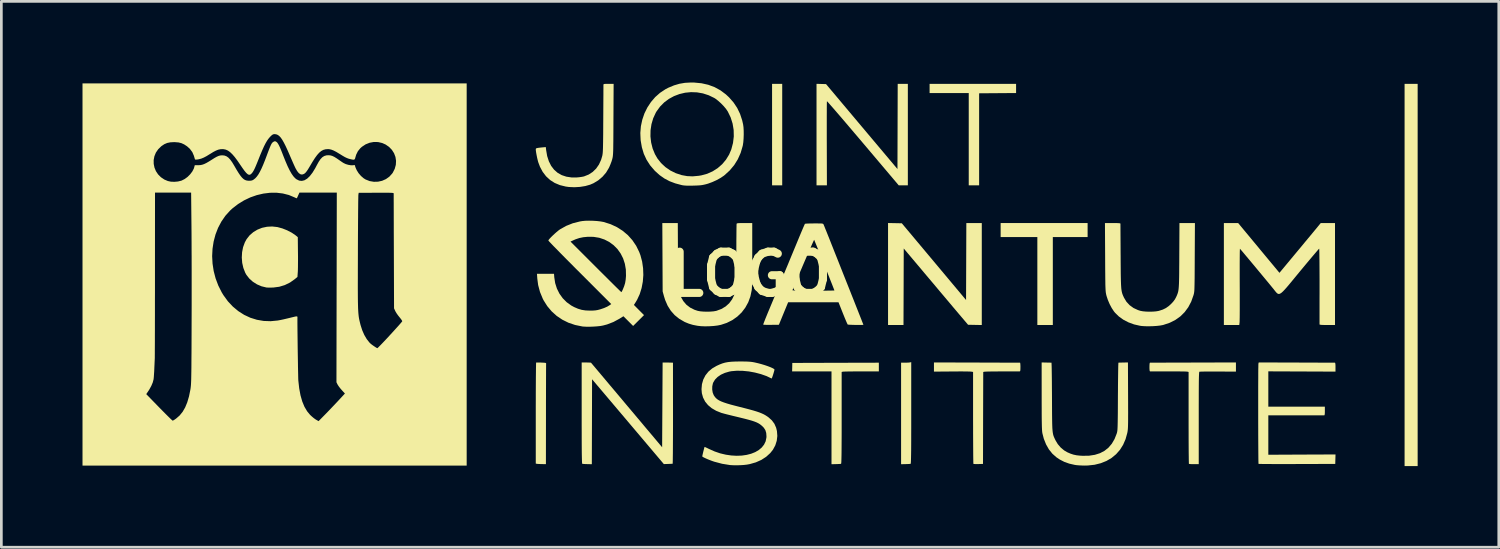
<source format=kicad_pcb>
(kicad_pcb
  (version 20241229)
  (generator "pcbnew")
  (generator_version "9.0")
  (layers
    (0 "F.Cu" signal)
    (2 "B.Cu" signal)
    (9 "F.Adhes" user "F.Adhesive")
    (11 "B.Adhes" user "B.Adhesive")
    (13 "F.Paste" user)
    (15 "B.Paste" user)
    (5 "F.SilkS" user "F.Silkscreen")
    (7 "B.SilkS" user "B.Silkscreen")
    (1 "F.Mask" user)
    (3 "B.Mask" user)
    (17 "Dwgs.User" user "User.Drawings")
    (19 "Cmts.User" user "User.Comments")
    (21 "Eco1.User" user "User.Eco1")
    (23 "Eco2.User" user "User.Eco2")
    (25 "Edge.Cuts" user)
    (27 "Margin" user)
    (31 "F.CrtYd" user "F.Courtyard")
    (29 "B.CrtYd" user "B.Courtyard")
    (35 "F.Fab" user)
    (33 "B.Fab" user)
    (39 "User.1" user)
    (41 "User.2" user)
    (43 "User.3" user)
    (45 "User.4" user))
  (footprint "LOGO"
    (layer "F.Cu")
    (at 24.686 7.088)
    (property "Reference" "LOGO" (at 0 0 0) (layer "F.SilkS") (effects (font (size 1.524 1.524) (thickness 0.3))))
    (attr board_only exclude_from_pos_files exclude_from_bom)
    (fp_poly (pts (xy 1.179 -3.287) (xy 0.804 -3.287) (xy 0.804 -7.038) (xy 1.179 -7.038)) (stroke (width 0) (type solid)) (fill yes) (layer "F.SilkS"))
    (fp_poly (pts (xy 24.668 7.091) (xy 24.185 7.091) (xy 24.185 -7.038) (xy 24.668 -7.038)) (stroke (width 0) (type solid)) (fill yes) (layer "F.SilkS"))
    (fp_poly (pts (xy 9.824 -6.699) (xy 8.458 -6.689) (xy 8.458 -3.287) (xy 8.074 -3.287) (xy 8.074 -6.698) (xy 6.627 -6.698) (xy 6.627 -7.038) (xy 9.824 -7.038)) (stroke (width 0) (type solid)) (fill yes) (layer "F.SilkS"))
    (fp_poly (pts (xy 12.468 -1.375) (xy 11.182 -1.375) (xy 11.182 1.876) (xy 10.61 1.876) (xy 10.61 -1.375) (xy 9.253 -1.375) (xy 9.253 -1.893) (xy 12.468 -1.893)) (stroke (width 0) (type solid)) (fill yes) (layer "F.SilkS"))
    (fp_poly (pts (xy 5.948 5.122) (xy 5.948 5.434) (xy 5.948 5.711) (xy 5.947 5.956) (xy 5.947 6.171) (xy 5.946 6.356) (xy 5.945 6.514) (xy 5.943 6.647) (xy 5.941 6.756) (xy 5.939 6.843) (xy 5.937 6.91) (xy 5.934 6.957) (xy 5.931 6.988) (xy 5.928 7.004) (xy 5.926 7.007) (xy 5.899 7.011) (xy 5.846 7.014) (xy 5.775 7.017) (xy 5.738 7.018) (xy 5.573 7.022) (xy 5.573 3.269) (xy 5.72 3.269) (xy 5.795 3.267) (xy 5.859 3.264) (xy 5.902 3.259) (xy 5.908 3.258) (xy 5.948 3.247)) (stroke (width 0) (type solid)) (fill yes) (layer "F.SilkS"))
    (fp_poly (pts (xy 5.345 -1.889) (xy 5.6 -1.884) (xy 6.788 -0.466) (xy 7.975 0.952) (xy 7.98 -0.471) (xy 7.985 -1.893) (xy 8.556 -1.893) (xy 8.556 1.877) (xy 8.302 1.872) (xy 8.049 1.867) (xy 7.798 1.571) (xy 7.702 1.458) (xy 7.594 1.33) (xy 7.483 1.199) (xy 7.379 1.075) (xy 7.306 0.988) (xy 7.249 0.921) (xy 7.172 0.829) (xy 7.078 0.718) (xy 6.97 0.59) (xy 6.852 0.449) (xy 6.725 0.298) (xy 6.593 0.142) (xy 6.459 -0.017) (xy 6.368 -0.126) (xy 5.671 -0.953) (xy 5.667 0.461) (xy 5.662 1.876) (xy 5.091 1.876) (xy 5.091 -1.894)) (stroke (width 0) (type solid)) (fill yes) (layer "F.SilkS"))
    (fp_poly (pts (xy 4.751 3.59) (xy 4.104 3.591) (xy 3.954 3.591) (xy 3.814 3.592) (xy 3.688 3.593) (xy 3.581 3.595) (xy 3.497 3.597) (xy 3.441 3.599) (xy 3.416 3.602) (xy 3.376 3.612) (xy 3.376 5.305) (xy 3.376 5.6) (xy 3.376 5.862) (xy 3.375 6.091) (xy 3.374 6.289) (xy 3.373 6.459) (xy 3.372 6.603) (xy 3.37 6.721) (xy 3.368 6.816) (xy 3.366 6.89) (xy 3.364 6.944) (xy 3.36 6.98) (xy 3.357 7.001) (xy 3.354 7.007) (xy 3.327 7.011) (xy 3.273 7.014) (xy 3.203 7.017) (xy 3.166 7.018) (xy 3.001 7.022) (xy 3.001 3.59) (xy 1.545 3.59) (xy 1.549 3.434) (xy 1.552 3.278) (xy 3.152 3.273) (xy 4.751 3.269)) (stroke (width 0) (type solid)) (fill yes) (layer "F.SilkS"))
    (fp_poly (pts (xy 2.623 -7.034) (xy 2.799 -7.029) (xy 4.119 -5.459) (xy 5.439 -3.89) (xy 5.448 -7.038) (xy 5.823 -7.038) (xy 5.823 -3.287) (xy 5.486 -3.287) (xy 4.164 -4.85) (xy 3.992 -5.053) (xy 3.825 -5.249) (xy 3.667 -5.435) (xy 3.518 -5.61) (xy 3.38 -5.772) (xy 3.254 -5.918) (xy 3.141 -6.049) (xy 3.044 -6.161) (xy 2.963 -6.253) (xy 2.901 -6.324) (xy 2.857 -6.372) (xy 2.835 -6.395) (xy 2.832 -6.396) (xy 2.831 -6.376) (xy 2.829 -6.323) (xy 2.828 -6.24) (xy 2.827 -6.128) (xy 2.827 -5.992) (xy 2.826 -5.832) (xy 2.826 -5.653) (xy 2.826 -5.456) (xy 2.826 -5.244) (xy 2.826 -5.02) (xy 2.827 -4.833) (xy 2.831 -3.287) (xy 2.447 -3.287) (xy 2.447 -7.039)) (stroke (width 0) (type solid)) (fill yes) (layer "F.SilkS"))
    (fp_poly (pts (xy -7.776 3.263) (xy -7.724 3.265) (xy -7.643 3.269) (xy -7.591 3.273) (xy -7.562 3.279) (xy -7.55 3.29) (xy -7.548 3.305) (xy -7.548 3.311) (xy -7.549 3.333) (xy -7.55 3.39) (xy -7.55 3.477) (xy -7.551 3.592) (xy -7.551 3.734) (xy -7.552 3.899) (xy -7.552 4.085) (xy -7.553 4.29) (xy -7.553 4.511) (xy -7.554 4.747) (xy -7.554 4.993) (xy -7.554 5.184) (xy -7.556 7.02) (xy -7.703 7.017) (xy -7.777 7.015) (xy -7.842 7.012) (xy -7.885 7.008) (xy -7.891 7.007) (xy -7.931 6.999) (xy -7.931 5.135) (xy -7.931 4.88) (xy -7.93 4.635) (xy -7.93 4.403) (xy -7.929 4.186) (xy -7.928 3.986) (xy -7.927 3.805) (xy -7.925 3.647) (xy -7.924 3.512) (xy -7.922 3.404) (xy -7.921 3.326) (xy -7.919 3.278) (xy -7.917 3.264) (xy -7.895 3.262) (xy -7.845 3.262)) (stroke (width 0) (type solid)) (fill yes) (layer "F.SilkS"))
    (fp_poly (pts (xy -17.485 -1.745) (xy -17.471 -1.742) (xy -17.297 -1.694) (xy -17.123 -1.625) (xy -16.96 -1.541) (xy -16.82 -1.447) (xy -16.789 -1.422) (xy -16.728 -1.371) (xy -16.722 -0.818) (xy -16.72 -0.671) (xy -16.72 -0.525) (xy -16.721 -0.389) (xy -16.722 -0.267) (xy -16.724 -0.167) (xy -16.727 -0.095) (xy -16.728 -0.084) (xy -16.741 0.098) (xy -16.837 0.179) (xy -17.015 0.305) (xy -17.209 0.4) (xy -17.413 0.462) (xy -17.627 0.49) (xy -17.648 0.491) (xy -17.732 0.493) (xy -17.809 0.493) (xy -17.866 0.491) (xy -17.889 0.489) (xy -18.069 0.445) (xy -18.237 0.373) (xy -18.39 0.276) (xy -18.522 0.157) (xy -18.628 0.021) (xy -18.671 -0.056) (xy -18.74 -0.233) (xy -18.783 -0.422) (xy -18.798 -0.618) (xy -18.787 -0.814) (xy -18.75 -1.002) (xy -18.686 -1.177) (xy -18.622 -1.295) (xy -18.511 -1.437) (xy -18.375 -1.555) (xy -18.22 -1.649) (xy -18.049 -1.717) (xy -17.866 -1.756) (xy -17.677 -1.766)) (stroke (width 0) (type solid)) (fill yes) (layer "F.SilkS"))
    (fp_poly (pts (xy 8.373 3.264) (xy 8.608 3.265) (xy 8.833 3.266) (xy 9.044 3.266) (xy 9.241 3.267) (xy 9.42 3.267) (xy 9.578 3.268) (xy 9.713 3.268) (xy 9.823 3.268) (xy 9.904 3.269) (xy 9.954 3.269) (xy 9.972 3.269) (xy 9.977 3.285) (xy 9.982 3.33) (xy 9.985 3.394) (xy 9.985 3.43) (xy 9.984 3.508) (xy 9.98 3.557) (xy 9.972 3.582) (xy 9.96 3.59) (xy 9.958 3.591) (xy 9.934 3.591) (xy 9.879 3.591) (xy 9.797 3.591) (xy 9.692 3.591) (xy 9.569 3.591) (xy 9.432 3.591) (xy 9.32 3.592) (xy 9.173 3.592) (xy 9.036 3.593) (xy 8.914 3.594) (xy 8.81 3.596) (xy 8.73 3.598) (xy 8.677 3.601) (xy 8.659 3.602) (xy 8.61 3.612) (xy 8.605 5.312) (xy 8.601 7.011) (xy 8.43 7.016) (xy 8.355 7.017) (xy 8.294 7.015) (xy 8.256 7.012) (xy 8.247 7.009) (xy 8.245 6.989) (xy 8.243 6.937) (xy 8.242 6.853) (xy 8.24 6.742) (xy 8.239 6.605) (xy 8.238 6.444) (xy 8.237 6.262) (xy 8.236 6.062) (xy 8.235 5.847) (xy 8.235 5.618) (xy 8.234 5.377) (xy 8.234 5.303) (xy 8.234 3.61) (xy 8.159 3.599) (xy 8.123 3.597) (xy 8.057 3.595) (xy 7.964 3.593) (xy 7.849 3.592) (xy 7.717 3.592) (xy 7.573 3.593) (xy 7.435 3.594) (xy 6.788 3.599) (xy 6.788 3.26)) (stroke (width 0) (type solid)) (fill yes) (layer "F.SilkS"))
    (fp_poly (pts (xy -6.064 3.261) (xy -5.99 3.263) (xy -5.931 3.265) (xy -5.895 3.268) (xy -5.888 3.27) (xy -5.876 3.285) (xy -5.842 3.325) (xy -5.789 3.388) (xy -5.719 3.471) (xy -5.633 3.573) (xy -5.533 3.692) (xy -5.421 3.825) (xy -5.3 3.969) (xy -5.17 4.124) (xy -5.033 4.286) (xy -4.892 4.454) (xy -4.748 4.625) (xy -4.604 4.797) (xy -4.46 4.968) (xy -4.319 5.135) (xy -4.183 5.297) (xy -4.053 5.451) (xy -3.932 5.596) (xy -3.821 5.728) (xy -3.722 5.846) (xy -3.706 5.864) (xy -3.26 6.395) (xy -3.251 4.829) (xy -3.242 3.262) (xy -3.099 3.263) (xy -3.024 3.264) (xy -2.958 3.266) (xy -2.912 3.267) (xy -2.907 3.267) (xy -2.859 3.269) (xy -2.858 5.135) (xy -2.858 5.39) (xy -2.858 5.635) (xy -2.859 5.867) (xy -2.86 6.085) (xy -2.861 6.285) (xy -2.862 6.465) (xy -2.863 6.623) (xy -2.865 6.757) (xy -2.866 6.865) (xy -2.868 6.943) (xy -2.87 6.991) (xy -2.871 7.004) (xy -2.894 7.006) (xy -2.944 7.008) (xy -3.011 7.011) (xy -3.041 7.012) (xy -3.197 7.017) (xy -4.523 5.449) (xy -5.85 3.881) (xy -5.854 5.451) (xy -5.859 7.022) (xy -6.024 7.018) (xy -6.099 7.016) (xy -6.162 7.012) (xy -6.203 7.009) (xy -6.212 7.007) (xy -6.215 6.999) (xy -6.219 6.977) (xy -6.222 6.938) (xy -6.224 6.882) (xy -6.226 6.806) (xy -6.228 6.709) (xy -6.23 6.59) (xy -6.231 6.445) (xy -6.232 6.274) (xy -6.233 6.076) (xy -6.233 5.847) (xy -6.234 5.588) (xy -6.234 5.295) (xy -6.234 5.129) (xy -6.234 3.26)) (stroke (width 0) (type solid)) (fill yes) (layer "F.SilkS"))
    (fp_poly (pts (xy 17.951 3.599) (xy 17.288 3.596) (xy 17.137 3.596) (xy 16.996 3.596) (xy 16.871 3.596) (xy 16.765 3.597) (xy 16.681 3.599) (xy 16.625 3.601) (xy 16.601 3.603) (xy 16.6 3.603) (xy 16.596 3.609) (xy 16.593 3.626) (xy 16.589 3.656) (xy 16.587 3.7) (xy 16.584 3.761) (xy 16.582 3.84) (xy 16.58 3.94) (xy 16.579 4.063) (xy 16.578 4.209) (xy 16.577 4.382) (xy 16.577 4.584) (xy 16.576 4.815) (xy 16.576 5.079) (xy 16.576 5.316) (xy 16.576 7.02) (xy 16.4 7.02) (xy 16.324 7.019) (xy 16.262 7.016) (xy 16.223 7.011) (xy 16.213 7.008) (xy 16.211 6.989) (xy 16.21 6.936) (xy 16.208 6.853) (xy 16.207 6.742) (xy 16.205 6.604) (xy 16.204 6.444) (xy 16.203 6.262) (xy 16.202 6.062) (xy 16.202 5.847) (xy 16.201 5.618) (xy 16.201 5.378) (xy 16.201 5.304) (xy 16.201 3.612) (xy 16.154 3.6) (xy 16.126 3.598) (xy 16.066 3.595) (xy 15.979 3.593) (xy 15.87 3.592) (xy 15.742 3.591) (xy 15.6 3.59) (xy 15.453 3.59) (xy 15.303 3.591) (xy 15.164 3.591) (xy 15.04 3.591) (xy 14.935 3.592) (xy 14.853 3.592) (xy 14.799 3.591) (xy 14.776 3.591) (xy 14.776 3.591) (xy 14.765 3.579) (xy 14.758 3.541) (xy 14.754 3.473) (xy 14.754 3.43) (xy 14.756 3.346) (xy 14.761 3.295) (xy 14.77 3.271) (xy 14.776 3.268) (xy 14.797 3.268) (xy 14.851 3.268) (xy 14.936 3.268) (xy 15.048 3.268) (xy 15.186 3.267) (xy 15.346 3.267) (xy 15.527 3.266) (xy 15.725 3.266) (xy 15.939 3.265) (xy 16.164 3.265) (xy 16.375 3.264) (xy 17.951 3.26)) (stroke (width 0) (type solid)) (fill yes) (layer "F.SilkS"))
    (fp_poly (pts (xy 20.19 3.264) (xy 20.41 3.265) (xy 20.62 3.266) (xy 20.818 3.266) (xy 21 3.267) (xy 21.163 3.267) (xy 21.305 3.268) (xy 21.424 3.268) (xy 21.515 3.269) (xy 21.577 3.269) (xy 21.607 3.269) (xy 21.609 3.269) (xy 21.62 3.28) (xy 21.627 3.317) (xy 21.631 3.382) (xy 21.631 3.434) (xy 21.631 3.599) (xy 20.39 3.594) (xy 19.148 3.589) (xy 19.148 4.894) (xy 21.238 4.894) (xy 21.238 5.055) (xy 21.237 5.138) (xy 21.231 5.189) (xy 21.222 5.213) (xy 21.216 5.216) (xy 21.194 5.216) (xy 21.14 5.216) (xy 21.057 5.216) (xy 20.948 5.216) (xy 20.816 5.216) (xy 20.665 5.216) (xy 20.497 5.216) (xy 20.317 5.216) (xy 20.171 5.216) (xy 19.148 5.215) (xy 19.148 5.943) (xy 19.148 6.672) (xy 20.39 6.666) (xy 21.632 6.661) (xy 21.627 6.836) (xy 21.622 7.011) (xy 20.21 7.015) (xy 19.988 7.016) (xy 19.777 7.016) (xy 19.579 7.016) (xy 19.397 7.016) (xy 19.233 7.015) (xy 19.091 7.015) (xy 18.972 7.014) (xy 18.881 7.012) (xy 18.818 7.011) (xy 18.788 7.009) (xy 18.786 7.009) (xy 18.784 6.99) (xy 18.783 6.938) (xy 18.781 6.856) (xy 18.78 6.747) (xy 18.779 6.614) (xy 18.778 6.459) (xy 18.777 6.286) (xy 18.776 6.098) (xy 18.775 5.896) (xy 18.775 5.685) (xy 18.774 5.467) (xy 18.774 5.245) (xy 18.774 5.022) (xy 18.774 4.8) (xy 18.774 4.584) (xy 18.774 4.374) (xy 18.774 4.175) (xy 18.775 3.989) (xy 18.776 3.819) (xy 18.776 3.668) (xy 18.777 3.539) (xy 18.779 3.435) (xy 18.78 3.359) (xy 18.781 3.312) (xy 18.783 3.3) (xy 18.793 3.26)) (stroke (width 0) (type solid)) (fill yes) (layer "F.SilkS"))
    (fp_poly (pts (xy -5.06 -5.72) (xy -5.061 -5.472) (xy -5.062 -5.256) (xy -5.063 -5.071) (xy -5.064 -4.913) (xy -5.066 -4.781) (xy -5.067 -4.671) (xy -5.069 -4.58) (xy -5.072 -4.506) (xy -5.075 -4.447) (xy -5.079 -4.399) (xy -5.083 -4.36) (xy -5.088 -4.327) (xy -5.094 -4.297) (xy -5.101 -4.269) (xy -5.105 -4.251) (xy -5.132 -4.165) (xy -5.17 -4.065) (xy -5.211 -3.967) (xy -5.229 -3.93) (xy -5.333 -3.757) (xy -5.466 -3.603) (xy -5.622 -3.471) (xy -5.797 -3.365) (xy -5.923 -3.311) (xy -6.1 -3.261) (xy -6.298 -3.229) (xy -6.504 -3.217) (xy -6.707 -3.226) (xy -6.823 -3.242) (xy -7.039 -3.295) (xy -7.232 -3.376) (xy -7.403 -3.485) (xy -7.551 -3.622) (xy -7.676 -3.786) (xy -7.777 -3.976) (xy -7.84 -4.144) (xy -7.859 -4.215) (xy -7.88 -4.303) (xy -7.899 -4.397) (xy -7.916 -4.489) (xy -7.927 -4.566) (xy -7.931 -4.618) (xy -7.928 -4.637) (xy -7.918 -4.651) (xy -7.894 -4.662) (xy -7.85 -4.671) (xy -7.782 -4.68) (xy -7.684 -4.69) (xy -7.679 -4.69) (xy -7.561 -4.701) (xy -7.548 -4.591) (xy -7.51 -4.37) (xy -7.447 -4.175) (xy -7.362 -4.006) (xy -7.253 -3.864) (xy -7.123 -3.75) (xy -6.971 -3.664) (xy -6.799 -3.607) (xy -6.606 -3.578) (xy -6.422 -3.578) (xy -6.332 -3.586) (xy -6.243 -3.598) (xy -6.169 -3.612) (xy -6.145 -3.618) (xy -5.975 -3.686) (xy -5.826 -3.783) (xy -5.699 -3.907) (xy -5.595 -4.057) (xy -5.516 -4.231) (xy -5.473 -4.376) (xy -5.467 -4.406) (xy -5.462 -4.439) (xy -5.457 -4.48) (xy -5.453 -4.529) (xy -5.45 -4.591) (xy -5.447 -4.668) (xy -5.445 -4.763) (xy -5.443 -4.878) (xy -5.441 -5.016) (xy -5.439 -5.18) (xy -5.438 -5.373) (xy -5.437 -5.598) (xy -5.436 -5.734) (xy -5.435 -5.941) (xy -5.434 -6.138) (xy -5.433 -6.322) (xy -5.432 -6.49) (xy -5.431 -6.639) (xy -5.431 -6.767) (xy -5.43 -6.869) (xy -5.43 -6.944) (xy -5.43 -6.988) (xy -5.43 -6.998) (xy -5.428 -7.015) (xy -5.42 -7.027) (xy -5.397 -7.034) (xy -5.355 -7.037) (xy -5.286 -7.038) (xy -5.242 -7.038) (xy -5.053 -7.038)) (stroke (width 0) (type solid)) (fill yes) (layer "F.SilkS"))
    (fp_poly (pts (xy -2.675 -0.683) (xy -2.674 -0.443) (xy -2.672 -0.236) (xy -2.671 -0.06) (xy -2.669 0.089) (xy -2.667 0.214) (xy -2.665 0.316) (xy -2.663 0.399) (xy -2.66 0.466) (xy -2.656 0.519) (xy -2.652 0.561) (xy -2.647 0.594) (xy -2.641 0.622) (xy -2.636 0.643) (xy -2.569 0.831) (xy -2.478 0.991) (xy -2.364 1.125) (xy -2.225 1.232) (xy -2.063 1.313) (xy -1.943 1.353) (xy -1.851 1.37) (xy -1.735 1.38) (xy -1.607 1.384) (xy -1.478 1.381) (xy -1.359 1.371) (xy -1.263 1.354) (xy -1.252 1.351) (xy -1.071 1.284) (xy -0.914 1.191) (xy -0.782 1.073) (xy -0.675 0.929) (xy -0.593 0.761) (xy -0.554 0.634) (xy -0.547 0.605) (xy -0.541 0.575) (xy -0.536 0.541) (xy -0.531 0.5) (xy -0.528 0.449) (xy -0.525 0.385) (xy -0.523 0.306) (xy -0.521 0.209) (xy -0.52 0.09) (xy -0.519 -0.053) (xy -0.518 -0.223) (xy -0.518 -0.422) (xy -0.518 -0.654) (xy -0.517 -0.672) (xy -0.517 -0.874) (xy -0.516 -1.065) (xy -0.516 -1.243) (xy -0.514 -1.405) (xy -0.513 -1.548) (xy -0.512 -1.668) (xy -0.51 -1.763) (xy -0.509 -1.829) (xy -0.507 -1.863) (xy -0.506 -1.868) (xy -0.496 -1.878) (xy -0.472 -1.885) (xy -0.428 -1.89) (xy -0.36 -1.892) (xy -0.263 -1.893) (xy -0.212 -1.893) (xy 0.071 -1.893) (xy 0.071 -0.725) (xy 0.071 -0.467) (xy 0.07 -0.233) (xy 0.069 -0.024) (xy 0.067 0.157) (xy 0.064 0.309) (xy 0.061 0.431) (xy 0.057 0.521) (xy 0.053 0.577) (xy 0.052 0.584) (xy 0.003 0.818) (xy -0.076 1.035) (xy -0.185 1.233) (xy -0.32 1.411) (xy -0.481 1.565) (xy -0.665 1.695) (xy -0.871 1.798) (xy -1.085 1.869) (xy -1.208 1.894) (xy -1.356 1.912) (xy -1.515 1.922) (xy -1.676 1.925) (xy -1.827 1.919) (xy -1.956 1.904) (xy -2.124 1.871) (xy -2.271 1.827) (xy -2.411 1.77) (xy -2.436 1.758) (xy -2.63 1.645) (xy -2.798 1.509) (xy -2.939 1.349) (xy -3.056 1.164) (xy -3.148 0.953) (xy -3.192 0.812) (xy -3.241 0.634) (xy -3.247 -0.63) (xy -3.253 -1.893) (xy -2.681 -1.893)) (stroke (width 0) (type solid)) (fill yes) (layer "F.SilkS"))
    (fp_poly (pts (xy 18.266 -1.612) (xy 18.328 -1.537) (xy 18.409 -1.44) (xy 18.505 -1.324) (xy 18.613 -1.194) (xy 18.729 -1.055) (xy 18.848 -0.91) (xy 18.968 -0.766) (xy 19.029 -0.692) (xy 19.56 -0.053) (xy 20.136 -0.746) (xy 20.256 -0.89) (xy 20.376 -1.034) (xy 20.491 -1.174) (xy 20.6 -1.305) (xy 20.699 -1.424) (xy 20.784 -1.526) (xy 20.852 -1.609) (xy 20.899 -1.665) (xy 21.086 -1.893) (xy 21.35 -1.893) (xy 21.613 -1.893) (xy 21.613 1.876) (xy 21.327 1.876) (xy 21.214 1.875) (xy 21.133 1.873) (xy 21.079 1.868) (xy 21.05 1.862) (xy 21.041 1.853) (xy 21.041 1.832) (xy 21.041 1.778) (xy 21.041 1.694) (xy 21.041 1.583) (xy 21.041 1.446) (xy 21.041 1.288) (xy 21.041 1.111) (xy 21.041 0.918) (xy 21.042 0.711) (xy 21.042 0.493) (xy 21.042 0.442) (xy 21.042 0.223) (xy 21.041 0.014) (xy 21.04 -0.181) (xy 21.039 -0.36) (xy 21.038 -0.521) (xy 21.036 -0.659) (xy 21.035 -0.774) (xy 21.033 -0.862) (xy 21.031 -0.92) (xy 21.028 -0.946) (xy 21.028 -0.947) (xy 21.014 -0.933) (xy 20.98 -0.895) (xy 20.927 -0.833) (xy 20.857 -0.751) (xy 20.772 -0.651) (xy 20.675 -0.536) (xy 20.567 -0.407) (xy 20.45 -0.266) (xy 20.327 -0.118) (xy 20.318 -0.107) (xy 20.167 0.076) (xy 20.038 0.233) (xy 19.928 0.366) (xy 19.835 0.476) (xy 19.757 0.564) (xy 19.692 0.632) (xy 19.638 0.681) (xy 19.592 0.712) (xy 19.554 0.727) (xy 19.519 0.727) (xy 19.487 0.713) (xy 19.456 0.687) (xy 19.422 0.649) (xy 19.384 0.602) (xy 19.341 0.546) (xy 19.314 0.514) (xy 19.174 0.343) (xy 19.034 0.174) (xy 18.897 0.009) (xy 18.765 -0.15) (xy 18.64 -0.301) (xy 18.523 -0.441) (xy 18.416 -0.569) (xy 18.322 -0.681) (xy 18.242 -0.777) (xy 18.178 -0.853) (xy 18.131 -0.907) (xy 18.104 -0.937) (xy 18.099 -0.942) (xy 18.097 -0.926) (xy 18.095 -0.876) (xy 18.093 -0.796) (xy 18.092 -0.689) (xy 18.091 -0.557) (xy 18.09 -0.403) (xy 18.09 -0.231) (xy 18.09 -0.042) (xy 18.09 0.161) (xy 18.091 0.371) (xy 18.092 0.587) (xy 18.092 0.795) (xy 18.092 0.991) (xy 18.092 1.173) (xy 18.092 1.336) (xy 18.091 1.479) (xy 18.09 1.599) (xy 18.088 1.691) (xy 18.087 1.754) (xy 18.085 1.782) (xy 18.074 1.876) (xy 17.505 1.876) (xy 17.505 -1.893) (xy 18.033 -1.893)) (stroke (width 0) (type solid)) (fill yes) (layer "F.SilkS"))
    (fp_poly (pts (xy -2.072 -7.086) (xy -1.804 -7.06) (xy -1.554 -7.004) (xy -1.321 -6.917) (xy -1.105 -6.799) (xy -0.904 -6.649) (xy -0.786 -6.539) (xy -0.621 -6.351) (xy -0.486 -6.149) (xy -0.38 -5.929) (xy -0.301 -5.689) (xy -0.266 -5.536) (xy -0.252 -5.432) (xy -0.245 -5.304) (xy -0.244 -5.163) (xy -0.249 -5.02) (xy -0.259 -4.885) (xy -0.276 -4.771) (xy -0.282 -4.741) (xy -0.357 -4.487) (xy -0.462 -4.251) (xy -0.597 -4.034) (xy -0.761 -3.838) (xy -0.952 -3.664) (xy -0.982 -3.64) (xy -1.105 -3.558) (xy -1.25 -3.478) (xy -1.407 -3.407) (xy -1.562 -3.35) (xy -1.635 -3.329) (xy -1.711 -3.311) (xy -1.781 -3.297) (xy -1.854 -3.288) (xy -1.941 -3.282) (xy -2.049 -3.278) (xy -2.117 -3.276) (xy -2.255 -3.274) (xy -2.364 -3.276) (xy -2.449 -3.282) (xy -2.518 -3.292) (xy -2.536 -3.296) (xy -2.776 -3.36) (xy -2.989 -3.441) (xy -3.179 -3.542) (xy -3.354 -3.665) (xy -3.519 -3.814) (xy -3.539 -3.834) (xy -3.703 -4.026) (xy -3.835 -4.231) (xy -3.937 -4.452) (xy -4.009 -4.692) (xy -4.054 -4.952) (xy -4.055 -4.968) (xy -4.061 -5.095) (xy -3.692 -5.095) (xy -3.666 -4.868) (xy -3.611 -4.648) (xy -3.526 -4.44) (xy -3.436 -4.284) (xy -3.301 -4.112) (xy -3.14 -3.962) (xy -2.957 -3.836) (xy -2.755 -3.736) (xy -2.539 -3.665) (xy -2.336 -3.628) (xy -2.134 -3.619) (xy -1.911 -3.639) (xy -1.813 -3.655) (xy -1.596 -3.714) (xy -1.394 -3.804) (xy -1.208 -3.922) (xy -1.043 -4.066) (xy -0.901 -4.234) (xy -0.785 -4.422) (xy -0.703 -4.615) (xy -0.64 -4.853) (xy -0.611 -5.094) (xy -0.616 -5.333) (xy -0.655 -5.569) (xy -0.727 -5.797) (xy -0.832 -6.014) (xy -0.835 -6.019) (xy -0.899 -6.114) (xy -0.986 -6.217) (xy -1.086 -6.32) (xy -1.19 -6.413) (xy -1.29 -6.49) (xy -1.333 -6.517) (xy -1.54 -6.617) (xy -1.754 -6.686) (xy -1.972 -6.724) (xy -2.192 -6.732) (xy -2.409 -6.711) (xy -2.62 -6.661) (xy -2.821 -6.585) (xy -3.01 -6.482) (xy -3.182 -6.354) (xy -3.334 -6.201) (xy -3.464 -6.024) (xy -3.496 -5.97) (xy -3.59 -5.766) (xy -3.654 -5.549) (xy -3.688 -5.323) (xy -3.692 -5.095) (xy -4.061 -5.095) (xy -4.066 -5.222) (xy -4.045 -5.473) (xy -3.993 -5.715) (xy -3.913 -5.948) (xy -3.805 -6.166) (xy -3.672 -6.367) (xy -3.516 -6.549) (xy -3.337 -6.707) (xy -3.138 -6.839) (xy -3.028 -6.896) (xy -2.822 -6.982) (xy -2.622 -7.041) (xy -2.418 -7.076) (xy -2.2 -7.088)) (stroke (width 0) (type solid)) (fill yes) (layer "F.SilkS"))
    (fp_poly (pts (xy 13.509 -1.893) (xy 13.591 -1.89) (xy 13.644 -1.886) (xy 13.673 -1.88) (xy 13.682 -1.871) (xy 13.682 -1.85) (xy 13.682 -1.796) (xy 13.683 -1.712) (xy 13.683 -1.602) (xy 13.684 -1.468) (xy 13.685 -1.314) (xy 13.686 -1.142) (xy 13.687 -0.955) (xy 13.688 -0.757) (xy 13.689 -0.679) (xy 13.69 -0.432) (xy 13.692 -0.219) (xy 13.693 -0.035) (xy 13.696 0.121) (xy 13.699 0.254) (xy 13.703 0.365) (xy 13.708 0.457) (xy 13.714 0.534) (xy 13.723 0.599) (xy 13.733 0.653) (xy 13.745 0.701) (xy 13.76 0.745) (xy 13.777 0.787) (xy 13.797 0.831) (xy 13.813 0.866) (xy 13.904 1.017) (xy 14.022 1.144) (xy 14.164 1.247) (xy 14.331 1.324) (xy 14.415 1.351) (xy 14.509 1.369) (xy 14.626 1.38) (xy 14.755 1.384) (xy 14.884 1.381) (xy 15.003 1.371) (xy 15.099 1.354) (xy 15.108 1.351) (xy 15.247 1.306) (xy 15.363 1.249) (xy 15.468 1.175) (xy 15.554 1.097) (xy 15.636 1.008) (xy 15.696 0.927) (xy 15.737 0.85) (xy 15.759 0.803) (xy 15.777 0.76) (xy 15.793 0.719) (xy 15.806 0.677) (xy 15.818 0.631) (xy 15.827 0.579) (xy 15.834 0.516) (xy 15.84 0.441) (xy 15.845 0.35) (xy 15.848 0.241) (xy 15.851 0.111) (xy 15.853 -0.043) (xy 15.854 -0.224) (xy 15.856 -0.435) (xy 15.857 -0.679) (xy 15.857 -0.692) (xy 15.863 -1.893) (xy 16.435 -1.893) (xy 16.428 -0.63) (xy 16.427 -0.387) (xy 16.426 -0.177) (xy 16.425 0.003) (xy 16.424 0.155) (xy 16.422 0.283) (xy 16.42 0.388) (xy 16.418 0.474) (xy 16.416 0.543) (xy 16.413 0.599) (xy 16.409 0.643) (xy 16.404 0.68) (xy 16.399 0.71) (xy 16.392 0.737) (xy 16.385 0.765) (xy 16.381 0.777) (xy 16.299 1.009) (xy 16.19 1.217) (xy 16.056 1.399) (xy 15.898 1.556) (xy 15.714 1.687) (xy 15.507 1.792) (xy 15.276 1.87) (xy 15.246 1.878) (xy 15.146 1.896) (xy 15.021 1.91) (xy 14.881 1.919) (xy 14.736 1.923) (xy 14.596 1.921) (xy 14.472 1.913) (xy 14.405 1.904) (xy 14.185 1.854) (xy 13.978 1.778) (xy 13.789 1.68) (xy 13.623 1.561) (xy 13.483 1.424) (xy 13.441 1.372) (xy 13.359 1.248) (xy 13.282 1.103) (xy 13.216 0.948) (xy 13.167 0.799) (xy 13.161 0.774) (xy 13.153 0.742) (xy 13.147 0.711) (xy 13.141 0.677) (xy 13.137 0.639) (xy 13.133 0.592) (xy 13.13 0.534) (xy 13.127 0.463) (xy 13.124 0.375) (xy 13.123 0.269) (xy 13.121 0.14) (xy 13.12 -0.013) (xy 13.118 -0.194) (xy 13.117 -0.405) (xy 13.116 -0.639) (xy 13.109 -1.893) (xy 13.396 -1.893)) (stroke (width 0) (type solid)) (fill yes) (layer "F.SilkS"))
    (fp_poly (pts (xy 10.944 3.264) (xy 11.02 3.266) (xy 11.082 3.267) (xy 11.122 3.268) (xy 11.132 3.268) (xy 11.134 3.286) (xy 11.136 3.336) (xy 11.139 3.417) (xy 11.141 3.524) (xy 11.143 3.656) (xy 11.145 3.809) (xy 11.147 3.981) (xy 11.148 4.169) (xy 11.15 4.37) (xy 11.151 4.533) (xy 11.152 4.783) (xy 11.153 5) (xy 11.154 5.188) (xy 11.156 5.348) (xy 11.158 5.483) (xy 11.161 5.597) (xy 11.165 5.692) (xy 11.171 5.77) (xy 11.178 5.836) (xy 11.187 5.89) (xy 11.197 5.938) (xy 11.21 5.98) (xy 11.226 6.02) (xy 11.244 6.061) (xy 11.265 6.105) (xy 11.283 6.142) (xy 11.366 6.28) (xy 11.474 6.406) (xy 11.601 6.512) (xy 11.719 6.581) (xy 11.837 6.632) (xy 11.947 6.668) (xy 12.062 6.692) (xy 12.192 6.706) (xy 12.292 6.711) (xy 12.525 6.707) (xy 12.737 6.674) (xy 12.927 6.614) (xy 13.095 6.525) (xy 13.24 6.409) (xy 13.363 6.264) (xy 13.464 6.091) (xy 13.543 5.891) (xy 13.55 5.867) (xy 13.557 5.844) (xy 13.562 5.817) (xy 13.567 5.784) (xy 13.571 5.742) (xy 13.574 5.688) (xy 13.577 5.62) (xy 13.579 5.535) (xy 13.581 5.431) (xy 13.583 5.304) (xy 13.585 5.152) (xy 13.586 4.973) (xy 13.587 4.763) (xy 13.588 4.52) (xy 13.588 4.515) (xy 13.59 4.307) (xy 13.591 4.111) (xy 13.593 3.928) (xy 13.595 3.761) (xy 13.597 3.614) (xy 13.599 3.489) (xy 13.601 3.389) (xy 13.604 3.318) (xy 13.606 3.277) (xy 13.607 3.268) (xy 13.63 3.267) (xy 13.679 3.266) (xy 13.747 3.264) (xy 13.79 3.263) (xy 13.959 3.26) (xy 13.964 4.48) (xy 13.965 4.721) (xy 13.965 4.928) (xy 13.966 5.106) (xy 13.965 5.256) (xy 13.965 5.382) (xy 13.964 5.487) (xy 13.962 5.573) (xy 13.96 5.643) (xy 13.957 5.701) (xy 13.953 5.748) (xy 13.948 5.788) (xy 13.943 5.824) (xy 13.936 5.858) (xy 13.935 5.865) (xy 13.871 6.096) (xy 13.78 6.305) (xy 13.663 6.491) (xy 13.52 6.653) (xy 13.354 6.79) (xy 13.165 6.901) (xy 12.955 6.985) (xy 12.725 7.042) (xy 12.477 7.069) (xy 12.349 7.072) (xy 12.247 7.069) (xy 12.145 7.064) (xy 12.055 7.056) (xy 11.994 7.047) (xy 11.788 7) (xy 11.606 6.935) (xy 11.439 6.849) (xy 11.315 6.766) (xy 11.166 6.634) (xy 11.037 6.474) (xy 10.932 6.289) (xy 10.849 6.081) (xy 10.799 5.888) (xy 10.793 5.857) (xy 10.788 5.819) (xy 10.784 5.772) (xy 10.781 5.714) (xy 10.778 5.641) (xy 10.776 5.551) (xy 10.774 5.441) (xy 10.772 5.309) (xy 10.771 5.152) (xy 10.771 4.967) (xy 10.77 4.751) (xy 10.77 4.506) (xy 10.769 3.26)) (stroke (width 0) (type solid)) (fill yes) (layer "F.SilkS"))
    (fp_poly (pts (xy -5.815 -1.977) (xy -5.668 -1.968) (xy -5.533 -1.952) (xy -5.422 -1.932) (xy -5.419 -1.931) (xy -5.166 -1.851) (xy -4.931 -1.742) (xy -4.718 -1.606) (xy -4.526 -1.445) (xy -4.36 -1.259) (xy -4.219 -1.051) (xy -4.107 -0.822) (xy -4.062 -0.703) (xy -3.999 -0.467) (xy -3.964 -0.222) (xy -3.955 0.027) (xy -3.974 0.273) (xy -4.019 0.511) (xy -4.089 0.736) (xy -4.185 0.943) (xy -4.232 1.022) (xy -4.303 1.134) (xy -4.117 1.322) (xy -3.93 1.51) (xy -4.131 1.711) (xy -4.332 1.911) (xy -4.511 1.732) (xy -4.691 1.552) (xy -4.843 1.647) (xy -5.06 1.764) (xy -5.295 1.855) (xy -5.446 1.895) (xy -5.545 1.913) (xy -5.668 1.926) (xy -5.804 1.935) (xy -5.941 1.94) (xy -6.07 1.939) (xy -6.179 1.933) (xy -6.212 1.929) (xy -6.476 1.875) (xy -6.722 1.792) (xy -6.95 1.679) (xy -7.158 1.539) (xy -7.343 1.372) (xy -7.505 1.18) (xy -7.641 0.965) (xy -7.673 0.902) (xy -7.775 0.655) (xy -7.843 0.4) (xy -7.874 0.165) (xy -7.887 -0.018) (xy -7.257 -0.018) (xy -7.247 0.112) (xy -7.214 0.327) (xy -7.15 0.529) (xy -7.056 0.717) (xy -6.935 0.886) (xy -6.789 1.033) (xy -6.62 1.155) (xy -6.511 1.214) (xy -6.369 1.275) (xy -6.235 1.315) (xy -6.096 1.337) (xy -5.938 1.344) (xy -5.912 1.344) (xy -5.806 1.342) (xy -5.721 1.335) (xy -5.644 1.322) (xy -5.561 1.3) (xy -5.549 1.297) (xy -5.407 1.249) (xy -5.291 1.198) (xy -5.196 1.141) (xy -5.192 1.138) (xy -5.141 1.102) (xy -6.303 -0.061) (xy -6.473 -0.23) (xy -6.634 -0.393) (xy -6.787 -0.546) (xy -6.929 -0.69) (xy -7.058 -0.821) (xy -7.172 -0.938) (xy -7.271 -1.038) (xy -7.351 -1.122) (xy -7.411 -1.185) (xy -7.433 -1.208) (xy -6.647 -1.208) (xy -5.713 -0.274) (xy -5.561 -0.122) (xy -5.417 0.021) (xy -5.282 0.155) (xy -5.159 0.278) (xy -5.049 0.387) (xy -4.954 0.481) (xy -4.876 0.557) (xy -4.818 0.614) (xy -4.781 0.649) (xy -4.767 0.661) (xy -4.755 0.646) (xy -4.734 0.607) (xy -4.711 0.558) (xy -4.662 0.436) (xy -4.628 0.323) (xy -4.608 0.203) (xy -4.596 0.064) (xy -4.596 0.053) (xy -4.601 -0.174) (xy -4.638 -0.389) (xy -4.703 -0.588) (xy -4.796 -0.77) (xy -4.913 -0.933) (xy -5.053 -1.074) (xy -5.213 -1.192) (xy -5.392 -1.284) (xy -5.587 -1.349) (xy -5.796 -1.383) (xy -6.009 -1.385) (xy -6.175 -1.369) (xy -6.32 -1.339) (xy -6.458 -1.293) (xy -6.525 -1.264) (xy -6.647 -1.208) (xy -7.433 -1.208) (xy -7.45 -1.228) (xy -7.466 -1.247) (xy -7.466 -1.247) (xy -7.454 -1.272) (xy -7.419 -1.315) (xy -7.367 -1.37) (xy -7.304 -1.432) (xy -7.234 -1.497) (xy -7.164 -1.559) (xy -7.099 -1.613) (xy -7.044 -1.654) (xy -7.038 -1.658) (xy -6.807 -1.788) (xy -6.56 -1.886) (xy -6.298 -1.952) (xy -6.216 -1.966) (xy -6.1 -1.977) (xy -5.963 -1.98)) (stroke (width 0) (type solid)) (fill yes) (layer "F.SilkS"))
    (fp_poly (pts (xy 2.561 -1.878) (xy 2.62 -1.877) (xy 2.659 -1.873) (xy 2.683 -1.866) (xy 2.697 -1.857) (xy 2.705 -1.844) (xy 2.709 -1.837) (xy 2.719 -1.812) (xy 2.742 -1.757) (xy 2.774 -1.676) (xy 2.816 -1.574) (xy 2.864 -1.453) (xy 2.918 -1.319) (xy 2.976 -1.173) (xy 2.998 -1.116) (xy 3.054 -0.976) (xy 3.12 -0.808) (xy 3.196 -0.618) (xy 3.279 -0.409) (xy 3.366 -0.189) (xy 3.456 0.038) (xy 3.547 0.267) (xy 3.637 0.493) (xy 3.723 0.709) (xy 3.723 0.711) (xy 3.8 0.903) (xy 3.872 1.086) (xy 3.939 1.255) (xy 4 1.41) (xy 4.054 1.546) (xy 4.1 1.662) (xy 4.136 1.755) (xy 4.162 1.821) (xy 4.177 1.859) (xy 4.18 1.867) (xy 4.163 1.871) (xy 4.118 1.873) (xy 4.052 1.874) (xy 3.971 1.874) (xy 3.884 1.873) (xy 3.797 1.871) (xy 3.718 1.868) (xy 3.654 1.865) (xy 3.612 1.861) (xy 3.599 1.858) (xy 3.588 1.837) (xy 3.565 1.788) (xy 3.534 1.716) (xy 3.495 1.624) (xy 3.452 1.518) (xy 3.42 1.439) (xy 3.26 1.036) (xy 2.329 1.036) (xy 1.398 1.036) (xy 1.227 1.451) (xy 1.056 1.867) (xy 0.77 1.87) (xy 0.673 1.871) (xy 0.589 1.87) (xy 0.524 1.868) (xy 0.485 1.864) (xy 0.477 1.861) (xy 0.481 1.842) (xy 0.498 1.795) (xy 0.526 1.723) (xy 0.562 1.631) (xy 0.606 1.524) (xy 0.654 1.406) (xy 0.656 1.402) (xy 0.702 1.293) (xy 0.759 1.155) (xy 0.828 0.99) (xy 0.906 0.802) (xy 0.993 0.593) (xy 0.993 0.592) (xy 1.557 0.592) (xy 1.573 0.595) (xy 1.621 0.598) (xy 1.699 0.601) (xy 1.803 0.603) (xy 1.929 0.605) (xy 2.075 0.607) (xy 2.238 0.607) (xy 2.33 0.607) (xy 2.492 0.607) (xy 2.644 0.607) (xy 2.78 0.606) (xy 2.897 0.605) (xy 2.992 0.603) (xy 3.061 0.602) (xy 3.1 0.6) (xy 3.108 0.599) (xy 3.102 0.58) (xy 3.083 0.532) (xy 3.054 0.458) (xy 3.017 0.362) (xy 2.971 0.247) (xy 2.92 0.118) (xy 2.864 -0.023) (xy 2.805 -0.172) (xy 2.744 -0.324) (xy 2.683 -0.477) (xy 2.623 -0.626) (xy 2.565 -0.769) (xy 2.512 -0.9) (xy 2.465 -1.018) (xy 2.424 -1.117) (xy 2.392 -1.195) (xy 2.37 -1.248) (xy 2.36 -1.272) (xy 2.359 -1.273) (xy 2.351 -1.259) (xy 2.33 -1.215) (xy 2.299 -1.146) (xy 2.258 -1.054) (xy 2.209 -0.943) (xy 2.154 -0.817) (xy 2.094 -0.679) (xy 2.031 -0.533) (xy 1.966 -0.382) (xy 1.901 -0.229) (xy 1.837 -0.079) (xy 1.775 0.065) (xy 1.718 0.2) (xy 1.667 0.323) (xy 1.622 0.429) (xy 1.587 0.516) (xy 1.562 0.579) (xy 1.557 0.592) (xy 0.993 0.592) (xy 1.086 0.368) (xy 1.185 0.129) (xy 1.288 -0.12) (xy 1.395 -0.376) (xy 1.502 -0.636) (xy 1.61 -0.896) (xy 1.717 -1.154) (xy 1.821 -1.406) (xy 1.831 -1.429) (xy 1.879 -1.544) (xy 1.923 -1.648) (xy 1.961 -1.737) (xy 1.991 -1.805) (xy 2.011 -1.849) (xy 2.018 -1.864) (xy 2.04 -1.869) (xy 2.091 -1.873) (xy 2.167 -1.876) (xy 2.26 -1.878) (xy 2.36 -1.879) (xy 2.476 -1.879)) (stroke (width 0) (type solid)) (fill yes) (layer "F.SilkS"))
    (fp_poly (pts (xy -0.249 3.225) (xy -0.142 3.227) (xy -0.055 3.231) (xy 0.018 3.237) (xy 0.086 3.246) (xy 0.156 3.259) (xy 0.182 3.265) (xy 0.299 3.292) (xy 0.417 3.324) (xy 0.533 3.359) (xy 0.641 3.396) (xy 0.736 3.432) (xy 0.813 3.466) (xy 0.866 3.495) (xy 0.892 3.518) (xy 0.893 3.524) (xy 0.888 3.552) (xy 0.875 3.602) (xy 0.857 3.663) (xy 0.837 3.728) (xy 0.817 3.787) (xy 0.8 3.831) (xy 0.789 3.853) (xy 0.787 3.854) (xy 0.601 3.765) (xy 0.394 3.692) (xy 0.173 3.634) (xy -0.054 3.592) (xy -0.28 3.57) (xy -0.496 3.566) (xy -0.695 3.583) (xy -0.777 3.598) (xy -0.941 3.646) (xy -1.087 3.712) (xy -1.209 3.796) (xy -1.305 3.893) (xy -1.371 4.002) (xy -1.385 4.039) (xy -1.407 4.146) (xy -1.409 4.262) (xy -1.391 4.373) (xy -1.354 4.467) (xy -1.352 4.471) (xy -1.315 4.526) (xy -1.273 4.576) (xy -1.222 4.62) (xy -1.159 4.661) (xy -1.079 4.7) (xy -0.981 4.738) (xy -0.86 4.778) (xy -0.713 4.821) (xy -0.537 4.867) (xy -0.4 4.902) (xy -0.198 4.953) (xy -0.027 4.998) (xy 0.117 5.038) (xy 0.238 5.075) (xy 0.34 5.11) (xy 0.426 5.145) (xy 0.501 5.18) (xy 0.568 5.218) (xy 0.632 5.26) (xy 0.671 5.288) (xy 0.796 5.4) (xy 0.89 5.527) (xy 0.954 5.673) (xy 0.984 5.796) (xy 0.998 5.977) (xy 0.977 6.154) (xy 0.923 6.325) (xy 0.837 6.484) (xy 0.738 6.609) (xy 0.585 6.748) (xy 0.407 6.863) (xy 0.205 6.953) (xy -0.019 7.017) (xy -0.127 7.037) (xy -0.241 7.05) (xy -0.375 7.058) (xy -0.517 7.062) (xy -0.651 7.059) (xy -0.75 7.053) (xy -1.041 7.006) (xy -1.332 6.929) (xy -1.338 6.927) (xy -1.417 6.9) (xy -1.503 6.867) (xy -1.588 6.833) (xy -1.664 6.799) (xy -1.726 6.769) (xy -1.765 6.746) (xy -1.775 6.737) (xy -1.774 6.717) (xy -1.765 6.672) (xy -1.751 6.611) (xy -1.735 6.543) (xy -1.718 6.477) (xy -1.704 6.422) (xy -1.693 6.388) (xy -1.69 6.382) (xy -1.673 6.388) (xy -1.632 6.407) (xy -1.573 6.435) (xy -1.526 6.458) (xy -1.322 6.549) (xy -1.115 6.62) (xy -0.908 6.669) (xy -0.704 6.699) (xy -0.505 6.71) (xy -0.314 6.703) (xy -0.135 6.677) (xy 0.032 6.634) (xy 0.182 6.574) (xy 0.313 6.497) (xy 0.422 6.405) (xy 0.507 6.298) (xy 0.566 6.177) (xy 0.594 6.042) (xy 0.597 5.994) (xy 0.588 5.869) (xy 0.557 5.765) (xy 0.5 5.675) (xy 0.448 5.621) (xy 0.399 5.578) (xy 0.349 5.54) (xy 0.293 5.506) (xy 0.227 5.474) (xy 0.148 5.443) (xy 0.052 5.411) (xy -0.065 5.378) (xy -0.206 5.341) (xy -0.377 5.299) (xy -0.5 5.269) (xy -0.63 5.238) (xy -0.755 5.207) (xy -0.868 5.179) (xy -0.964 5.154) (xy -1.036 5.134) (xy -1.072 5.124) (xy -1.263 5.047) (xy -1.428 4.951) (xy -1.564 4.837) (xy -1.671 4.706) (xy -1.747 4.558) (xy -1.792 4.397) (xy -1.804 4.248) (xy -1.788 4.063) (xy -1.739 3.892) (xy -1.659 3.737) (xy -1.549 3.599) (xy -1.409 3.481) (xy -1.248 3.387) (xy -1.137 3.336) (xy -1.034 3.296) (xy -0.934 3.267) (xy -0.827 3.247) (xy -0.707 3.234) (xy -0.567 3.227) (xy -0.399 3.224) (xy -0.384 3.224)) (stroke (width 0) (type solid)) (fill yes) (layer "F.SilkS"))
    (fp_poly (pts (xy -10.485 7.073) (xy -24.686 7.073) (xy -24.686 4.431) (xy -22.33 4.431) (xy -21.852 4.922) (xy -21.745 5.031) (xy -21.645 5.132) (xy -21.555 5.222) (xy -21.479 5.297) (xy -21.418 5.356) (xy -21.375 5.395) (xy -21.354 5.412) (xy -21.353 5.412) (xy -21.329 5.402) (xy -21.285 5.376) (xy -21.231 5.338) (xy -21.223 5.332) (xy -21.096 5.221) (xy -20.986 5.086) (xy -20.892 4.924) (xy -20.814 4.735) (xy -20.75 4.517) (xy -20.699 4.268) (xy -20.69 4.209) (xy -20.686 4.176) (xy -20.682 4.139) (xy -20.678 4.096) (xy -20.675 4.045) (xy -20.672 3.983) (xy -20.669 3.909) (xy -20.667 3.821) (xy -20.665 3.717) (xy -20.663 3.594) (xy -20.661 3.452) (xy -20.66 3.287) (xy -20.659 3.099) (xy -20.657 2.884) (xy -20.656 2.641) (xy -20.655 2.368) (xy -20.654 2.064) (xy -20.653 1.768) (xy -20.652 1.458) (xy -20.651 1.138) (xy -20.651 0.811) (xy -20.651 0.483) (xy -20.651 0.157) (xy -20.651 -0.162) (xy -20.652 -0.471) (xy -20.652 -0.669) (xy -19.894 -0.669) (xy -19.879 -0.393) (xy -19.837 -0.118) (xy -19.766 0.153) (xy -19.667 0.417) (xy -19.539 0.671) (xy -19.474 0.777) (xy -19.311 1.001) (xy -19.128 1.196) (xy -18.927 1.363) (xy -18.71 1.501) (xy -18.48 1.608) (xy -18.238 1.683) (xy -17.988 1.726) (xy -17.731 1.735) (xy -17.469 1.71) (xy -17.357 1.689) (xy -17.251 1.666) (xy -17.136 1.639) (xy -17.027 1.613) (xy -16.97 1.599) (xy -16.876 1.576) (xy -16.812 1.561) (xy -16.771 1.557) (xy -16.749 1.562) (xy -16.741 1.577) (xy -16.741 1.603) (xy -16.741 1.612) (xy -16.742 1.645) (xy -16.742 1.71) (xy -16.742 1.802) (xy -16.741 1.919) (xy -16.74 2.056) (xy -16.738 2.21) (xy -16.736 2.376) (xy -16.734 2.55) (xy -16.732 2.729) (xy -16.729 2.91) (xy -16.726 3.087) (xy -16.723 3.258) (xy -16.721 3.417) (xy -16.718 3.563) (xy -16.715 3.69) (xy -16.713 3.794) (xy -16.711 3.873) (xy -16.709 3.921) (xy -16.708 3.93) (xy -16.676 4.218) (xy -16.628 4.475) (xy -16.563 4.702) (xy -16.482 4.898) (xy -16.383 5.065) (xy -16.274 5.197) (xy -16.208 5.258) (xy -16.137 5.318) (xy -16.073 5.364) (xy -16.058 5.373) (xy -15.96 5.43) (xy -15.71 5.176) (xy -15.61 5.073) (xy -15.498 4.956) (xy -15.384 4.836) (xy -15.278 4.724) (xy -15.223 4.665) (xy -14.986 4.409) (xy -15.103 4.281) (xy -15.16 4.215) (xy -15.211 4.148) (xy -15.249 4.091) (xy -15.259 4.073) (xy -15.299 3.992) (xy -15.293 0.487) (xy -15.292 0.341) (xy -14.509 0.341) (xy -14.509 0.55) (xy -14.508 0.734) (xy -14.507 0.895) (xy -14.505 1.035) (xy -14.502 1.157) (xy -14.499 1.263) (xy -14.494 1.355) (xy -14.489 1.434) (xy -14.482 1.504) (xy -14.475 1.567) (xy -14.466 1.624) (xy -14.456 1.677) (xy -14.444 1.73) (xy -14.431 1.784) (xy -14.417 1.841) (xy -14.406 1.883) (xy -14.346 2.07) (xy -14.27 2.243) (xy -14.181 2.395) (xy -14.082 2.521) (xy -14.046 2.557) (xy -14.008 2.589) (xy -13.957 2.627) (xy -13.9 2.666) (xy -13.847 2.701) (xy -13.806 2.725) (xy -13.787 2.733) (xy -13.772 2.721) (xy -13.736 2.686) (xy -13.683 2.633) (xy -13.619 2.567) (xy -13.546 2.49) (xy -13.543 2.487) (xy -13.444 2.382) (xy -13.344 2.274) (xy -13.246 2.167) (xy -13.153 2.065) (xy -13.068 1.971) (xy -12.993 1.888) (xy -12.934 1.82) (xy -12.891 1.77) (xy -12.869 1.742) (xy -12.867 1.738) (xy -12.874 1.716) (xy -12.9 1.675) (xy -12.941 1.621) (xy -12.969 1.587) (xy -13.025 1.517) (xy -13.077 1.443) (xy -13.116 1.377) (xy -13.125 1.359) (xy -13.17 1.261) (xy -13.177 -0.848) (xy -13.178 -1.12) (xy -13.179 -1.382) (xy -13.18 -1.632) (xy -13.18 -1.868) (xy -13.181 -2.088) (xy -13.181 -2.289) (xy -13.182 -2.469) (xy -13.182 -2.626) (xy -13.183 -2.758) (xy -13.183 -2.861) (xy -13.183 -2.935) (xy -13.183 -2.977) (xy -13.183 -2.986) (xy -13.185 -2.994) (xy -13.194 -3) (xy -13.213 -3.005) (xy -13.246 -3.009) (xy -13.295 -3.011) (xy -13.365 -3.013) (xy -13.459 -3.014) (xy -13.58 -3.014) (xy -13.731 -3.013) (xy -13.829 -3.013) (xy -14.477 -3.01) (xy -14.488 -2.938) (xy -14.49 -2.911) (xy -14.491 -2.851) (xy -14.493 -2.76) (xy -14.495 -2.64) (xy -14.496 -2.493) (xy -14.498 -2.322) (xy -14.499 -2.13) (xy -14.501 -1.917) (xy -14.502 -1.688) (xy -14.504 -1.444) (xy -14.505 -1.187) (xy -14.506 -0.921) (xy -14.506 -0.786) (xy -14.507 -0.456) (xy -14.508 -0.16) (xy -14.508 0.105) (xy -14.509 0.341) (xy -15.292 0.341) (xy -15.286 -3.019) (xy -16.667 -3.019) (xy -16.713 -2.916) (xy -16.737 -2.862) (xy -16.756 -2.822) (xy -16.764 -2.808) (xy -16.781 -2.812) (xy -16.82 -2.828) (xy -16.846 -2.841) (xy -17.057 -2.929) (xy -17.281 -2.986) (xy -17.515 -3.014) (xy -17.756 -3.012) (xy -18 -2.982) (xy -18.244 -2.925) (xy -18.484 -2.841) (xy -18.716 -2.73) (xy -18.937 -2.594) (xy -19.144 -2.434) (xy -19.226 -2.359) (xy -19.402 -2.165) (xy -19.551 -1.95) (xy -19.674 -1.718) (xy -19.77 -1.47) (xy -19.839 -1.21) (xy -19.88 -0.942) (xy -19.894 -0.669) (xy -20.652 -0.669) (xy -20.653 -0.766) (xy -20.654 -1.042) (xy -20.655 -1.295) (xy -20.656 -1.521) (xy -20.658 -1.717) (xy -20.658 -1.746) (xy -20.671 -3.019) (xy -22.006 -3.019) (xy -22.008 0.004) (xy -22.008 0.332) (xy -22.008 0.65) (xy -22.009 0.958) (xy -22.009 1.253) (xy -22.009 1.533) (xy -22.01 1.797) (xy -22.01 2.043) (xy -22.011 2.268) (xy -22.011 2.471) (xy -22.012 2.65) (xy -22.013 2.803) (xy -22.013 2.928) (xy -22.014 3.023) (xy -22.014 3.087) (xy -22.015 3.116) (xy -22.015 3.117) (xy -22.017 3.166) (xy -22.021 3.242) (xy -22.025 3.337) (xy -22.03 3.441) (xy -22.032 3.497) (xy -22.037 3.604) (xy -22.044 3.707) (xy -22.05 3.797) (xy -22.057 3.865) (xy -22.06 3.888) (xy -22.09 4.001) (xy -22.144 4.129) (xy -22.217 4.262) (xy -22.256 4.322) (xy -22.33 4.431) (xy -24.686 4.431) (xy -24.686 -4.221) (xy -22.056 -4.221) (xy -22.054 -4.08) (xy -22.026 -3.942) (xy -21.972 -3.811) (xy -21.892 -3.691) (xy -21.787 -3.586) (xy -21.659 -3.5) (xy -21.53 -3.446) (xy -21.418 -3.422) (xy -21.288 -3.417) (xy -21.156 -3.429) (xy -21.035 -3.459) (xy -21.018 -3.465) (xy -20.908 -3.521) (xy -20.801 -3.6) (xy -20.705 -3.696) (xy -20.626 -3.801) (xy -20.571 -3.907) (xy -20.558 -3.949) (xy -20.536 -4.031) (xy -20.409 -4.031) (xy -20.334 -4.035) (xy -20.264 -4.048) (xy -20.191 -4.073) (xy -20.108 -4.113) (xy -20.01 -4.17) (xy -19.912 -4.231) (xy -19.808 -4.297) (xy -19.726 -4.343) (xy -19.659 -4.373) (xy -19.599 -4.39) (xy -19.541 -4.396) (xy -19.523 -4.397) (xy -19.441 -4.389) (xy -19.367 -4.362) (xy -19.297 -4.314) (xy -19.227 -4.24) (xy -19.153 -4.138) (xy -19.077 -4.012) (xy -18.989 -3.86) (xy -18.914 -3.739) (xy -18.848 -3.643) (xy -18.789 -3.571) (xy -18.733 -3.519) (xy -18.679 -3.485) (xy -18.622 -3.466) (xy -18.56 -3.457) (xy -18.533 -3.457) (xy -18.463 -3.459) (xy -18.412 -3.471) (xy -18.367 -3.495) (xy -18.354 -3.504) (xy -18.296 -3.551) (xy -18.241 -3.612) (xy -18.186 -3.688) (xy -18.131 -3.784) (xy -18.072 -3.902) (xy -18.009 -4.045) (xy -17.94 -4.217) (xy -17.88 -4.376) (xy -17.828 -4.516) (xy -17.786 -4.625) (xy -17.752 -4.709) (xy -17.725 -4.772) (xy -17.702 -4.817) (xy -17.681 -4.849) (xy -17.662 -4.871) (xy -17.654 -4.878) (xy -17.602 -4.912) (xy -17.556 -4.915) (xy -17.514 -4.891) (xy -17.486 -4.864) (xy -17.457 -4.823) (xy -17.425 -4.766) (xy -17.388 -4.688) (xy -17.345 -4.586) (xy -17.293 -4.455) (xy -17.271 -4.397) (xy -17.184 -4.18) (xy -17.105 -3.996) (xy -17.03 -3.843) (xy -16.959 -3.718) (xy -16.891 -3.621) (xy -16.825 -3.549) (xy -16.774 -3.509) (xy -16.677 -3.462) (xy -16.58 -3.451) (xy -16.482 -3.474) (xy -16.383 -3.533) (xy -16.284 -3.627) (xy -16.184 -3.756) (xy -16.083 -3.921) (xy -16.026 -4.029) (xy -15.955 -4.158) (xy -15.888 -4.256) (xy -15.821 -4.326) (xy -15.75 -4.371) (xy -15.671 -4.395) (xy -15.594 -4.4) (xy -15.523 -4.394) (xy -15.454 -4.375) (xy -15.377 -4.338) (xy -15.287 -4.282) (xy -15.219 -4.235) (xy -15.153 -4.189) (xy -15.09 -4.146) (xy -15.042 -4.115) (xy -15.039 -4.113) (xy -14.958 -4.074) (xy -14.862 -4.045) (xy -14.767 -4.029) (xy -14.687 -4.03) (xy -14.64 -4.035) (xy -14.617 -4.03) (xy -14.611 -4.011) (xy -14.611 -4.006) (xy -14.604 -3.973) (xy -14.583 -3.92) (xy -14.554 -3.856) (xy -14.549 -3.845) (xy -14.48 -3.735) (xy -14.391 -3.632) (xy -14.292 -3.547) (xy -14.221 -3.503) (xy -14.071 -3.444) (xy -13.916 -3.418) (xy -13.761 -3.422) (xy -13.611 -3.455) (xy -13.471 -3.517) (xy -13.346 -3.605) (xy -13.242 -3.719) (xy -13.217 -3.754) (xy -13.144 -3.898) (xy -13.104 -4.045) (xy -13.096 -4.193) (xy -13.118 -4.337) (xy -13.17 -4.474) (xy -13.249 -4.598) (xy -13.354 -4.707) (xy -13.483 -4.796) (xy -13.607 -4.851) (xy -13.761 -4.887) (xy -13.918 -4.89) (xy -14.073 -4.861) (xy -14.221 -4.802) (xy -14.356 -4.713) (xy -14.416 -4.659) (xy -14.506 -4.549) (xy -14.569 -4.422) (xy -14.598 -4.326) (xy -14.612 -4.274) (xy -14.63 -4.245) (xy -14.659 -4.234) (xy -14.708 -4.239) (xy -14.772 -4.252) (xy -14.842 -4.27) (xy -14.91 -4.295) (xy -14.984 -4.33) (xy -15.071 -4.38) (xy -15.179 -4.447) (xy -15.183 -4.449) (xy -15.305 -4.523) (xy -15.406 -4.575) (xy -15.493 -4.608) (xy -15.571 -4.624) (xy -15.618 -4.626) (xy -15.705 -4.619) (xy -15.785 -4.597) (xy -15.861 -4.556) (xy -15.936 -4.494) (xy -16.013 -4.408) (xy -16.095 -4.296) (xy -16.185 -4.155) (xy -16.242 -4.059) (xy -16.308 -3.948) (xy -16.36 -3.863) (xy -16.403 -3.802) (xy -16.439 -3.758) (xy -16.471 -3.728) (xy -16.504 -3.707) (xy -16.507 -3.705) (xy -16.571 -3.686) (xy -16.632 -3.697) (xy -16.692 -3.74) (xy -16.753 -3.816) (xy -16.816 -3.926) (xy -16.817 -3.93) (xy -16.839 -3.976) (xy -16.872 -4.048) (xy -16.913 -4.14) (xy -16.959 -4.246) (xy -17.008 -4.358) (xy -17.023 -4.394) (xy -17.106 -4.584) (xy -17.179 -4.742) (xy -17.245 -4.871) (xy -17.304 -4.974) (xy -17.359 -5.053) (xy -17.413 -5.11) (xy -17.465 -5.149) (xy -17.519 -5.171) (xy -17.576 -5.18) (xy -17.588 -5.18) (xy -17.625 -5.177) (xy -17.658 -5.163) (xy -17.696 -5.135) (xy -17.747 -5.085) (xy -17.758 -5.074) (xy -17.81 -5.013) (xy -17.863 -4.938) (xy -17.918 -4.844) (xy -17.977 -4.728) (xy -18.04 -4.588) (xy -18.111 -4.42) (xy -18.175 -4.26) (xy -18.231 -4.12) (xy -18.277 -4.009) (xy -18.315 -3.922) (xy -18.348 -3.854) (xy -18.378 -3.802) (xy -18.406 -3.76) (xy -18.425 -3.736) (xy -18.464 -3.698) (xy -18.501 -3.678) (xy -18.541 -3.679) (xy -18.585 -3.702) (xy -18.637 -3.75) (xy -18.698 -3.823) (xy -18.771 -3.924) (xy -18.851 -4.041) (xy -18.961 -4.202) (xy -19.06 -4.334) (xy -19.149 -4.437) (xy -19.231 -4.515) (xy -19.31 -4.571) (xy -19.387 -4.606) (xy -19.466 -4.623) (xy -19.517 -4.626) (xy -19.594 -4.621) (xy -19.671 -4.604) (xy -19.753 -4.571) (xy -19.848 -4.522) (xy -19.963 -4.451) (xy -19.979 -4.442) (xy -20.1 -4.367) (xy -20.203 -4.313) (xy -20.295 -4.275) (xy -20.386 -4.251) (xy -20.439 -4.242) (xy -20.494 -4.237) (xy -20.523 -4.242) (xy -20.531 -4.254) (xy -20.54 -4.283) (xy -20.555 -4.334) (xy -20.569 -4.381) (xy -20.628 -4.517) (xy -20.719 -4.638) (xy -20.821 -4.729) (xy -20.927 -4.799) (xy -21.029 -4.846) (xy -21.138 -4.873) (xy -21.267 -4.883) (xy -21.301 -4.884) (xy -21.44 -4.877) (xy -21.557 -4.853) (xy -21.662 -4.808) (xy -21.765 -4.739) (xy -21.774 -4.732) (xy -21.889 -4.62) (xy -21.974 -4.496) (xy -22.029 -4.361) (xy -22.056 -4.221) (xy -24.686 -4.221) (xy -24.686 -7.056) (xy -10.485 -7.056)) (stroke (width 0) (type solid)) (fill yes) (layer "F.SilkS")))
  (gr_rect
    (start -3 -3)
    (end 52.353 17.179)
    (stroke (width 0.1) (type default))
    (fill no)
    (layer "Edge.Cuts")))
</source>
